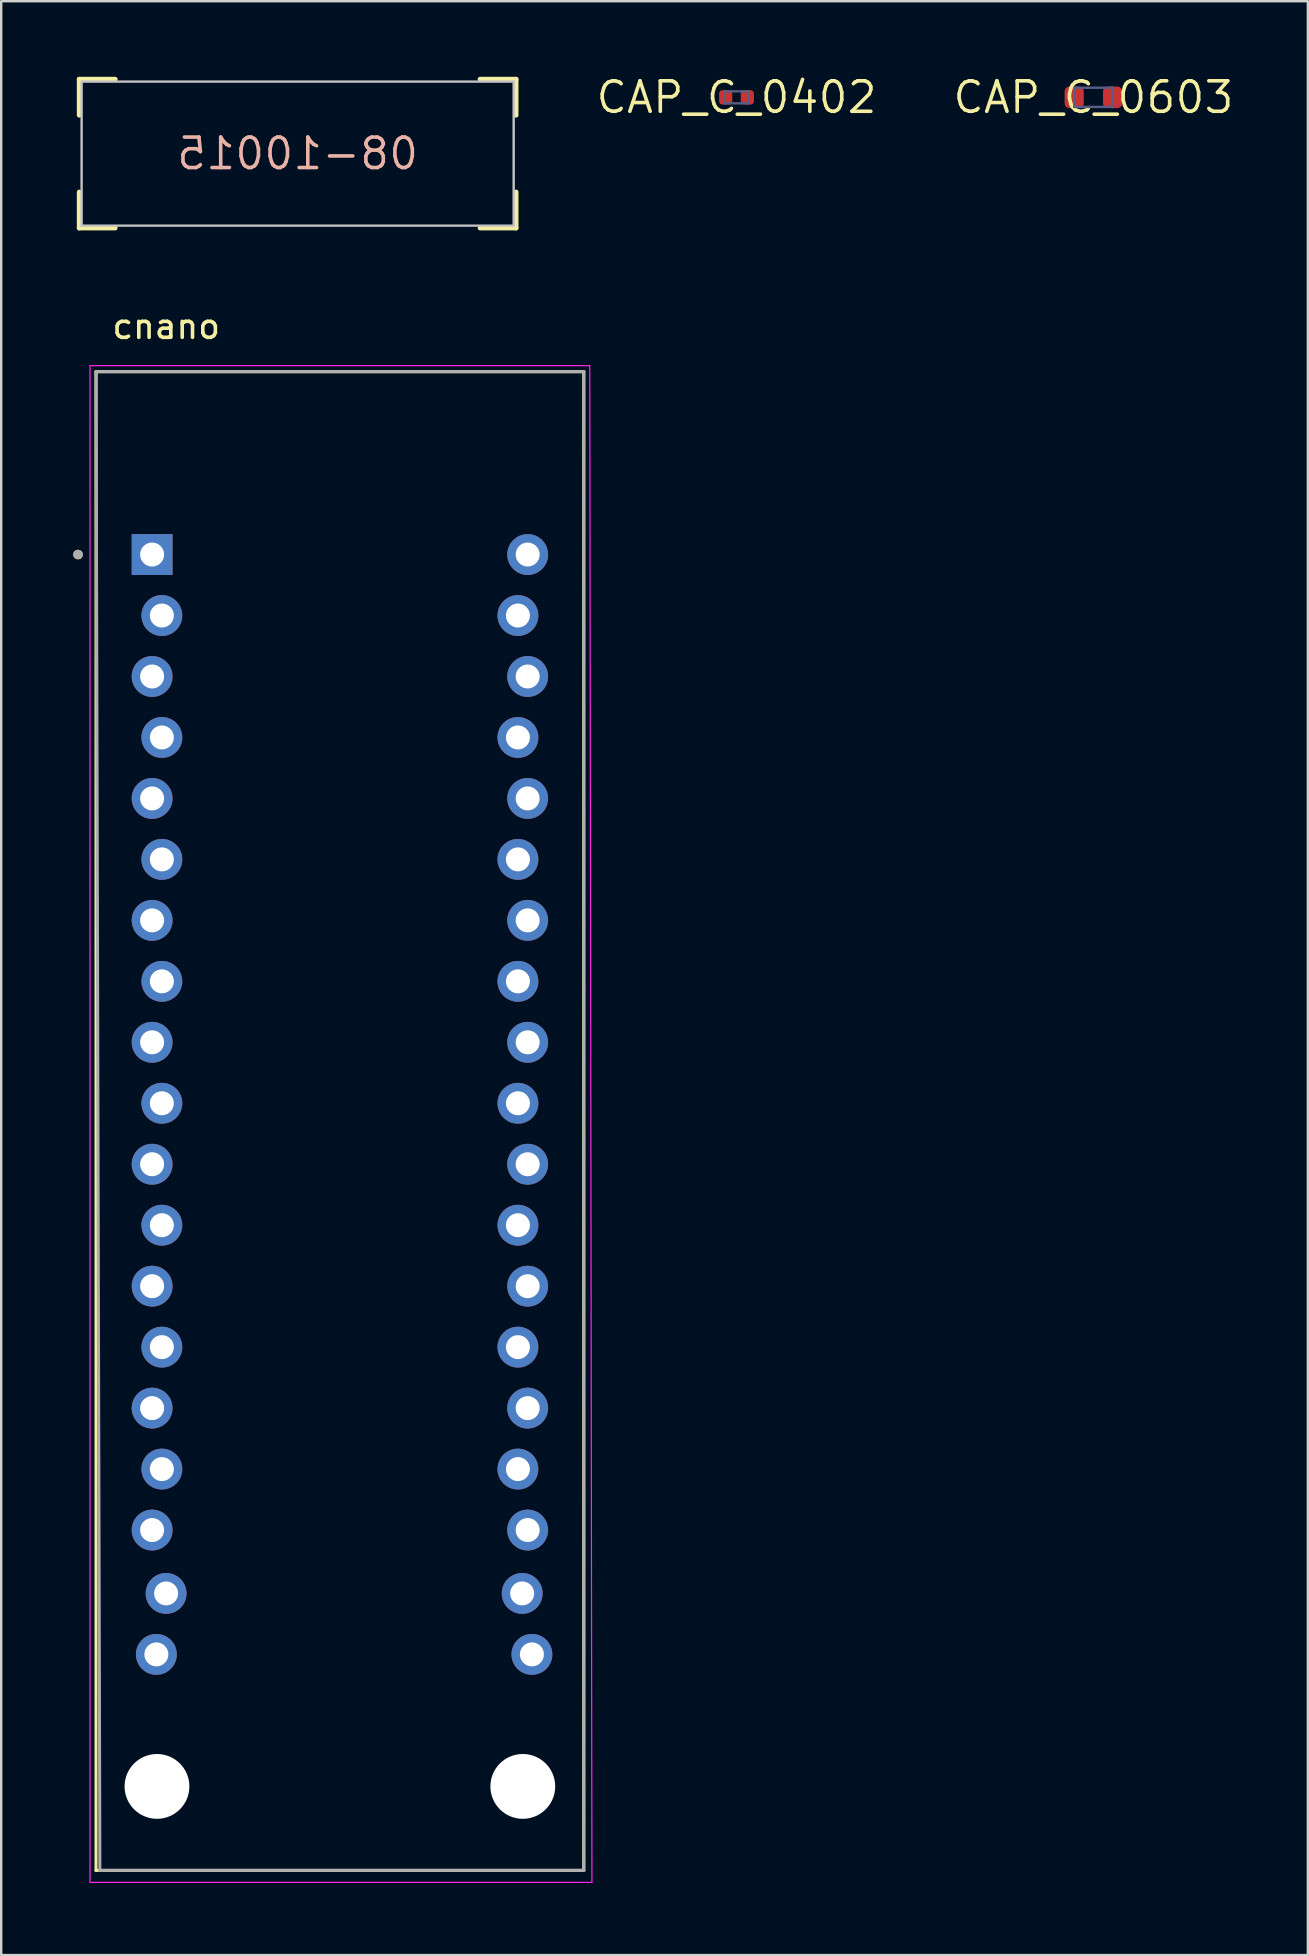
<source format=kicad_pcb>
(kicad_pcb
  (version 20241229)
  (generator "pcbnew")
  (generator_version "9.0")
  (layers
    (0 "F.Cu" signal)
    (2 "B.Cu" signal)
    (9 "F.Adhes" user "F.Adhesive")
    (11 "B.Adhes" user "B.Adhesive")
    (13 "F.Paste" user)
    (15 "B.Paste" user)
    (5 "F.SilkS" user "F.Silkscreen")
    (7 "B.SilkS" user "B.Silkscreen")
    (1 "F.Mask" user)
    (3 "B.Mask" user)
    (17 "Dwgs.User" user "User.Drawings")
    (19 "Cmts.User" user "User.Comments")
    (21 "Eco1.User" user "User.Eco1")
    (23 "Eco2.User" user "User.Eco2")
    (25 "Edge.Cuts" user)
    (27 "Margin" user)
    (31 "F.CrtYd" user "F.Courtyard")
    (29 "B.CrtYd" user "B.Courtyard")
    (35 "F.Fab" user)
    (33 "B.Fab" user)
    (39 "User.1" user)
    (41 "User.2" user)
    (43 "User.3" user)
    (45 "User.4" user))
  (footprint "cnano"
    (layer "F.Cu")
    (at 11.11 40.373)
    (property "Reference" "cnano" (at -7.235 -29.825 0) (layer "F.SilkS") (effects (font (size 1 1) (thickness 0.15))))
    (attr through_hole)
    (fp_line (start -10.16 -27.94) (end 10.16 -27.94) (stroke (width 0.127) (type solid)) (layer "F.SilkS"))
    (fp_line (start -10.16 34.5) (end -10.16 -27.94) (stroke (width 0.127) (type solid)) (layer "F.SilkS"))
    (fp_line (start 10.16 -27.94) (end 10.16 34.5) (stroke (width 0.127) (type solid)) (layer "F.SilkS"))
    (fp_line (start 10.16 34.5) (end -10.16 34.5) (stroke (width 0.127) (type solid)) (layer "F.SilkS"))
    (fp_circle (center -10.91 -20.32) (end -10.81 -20.32) (stroke (width 0.2) (type solid)) (fill no) (layer "F.SilkS"))
    (fp_line (start -10.41 -28.19) (end -10.41 35) (stroke (width 0.05) (type solid)) (layer "F.CrtYd"))
    (fp_line (start -10.41 35) (end 10.5 35) (stroke (width 0.05) (type solid)) (layer "F.CrtYd"))
    (fp_line (start 10.41 -28.19) (end -10.41 -28.19) (stroke (width 0.05) (type solid)) (layer "F.CrtYd"))
    (fp_line (start 10.5 35) (end 10.41 -28.19) (stroke (width 0.05) (type solid)) (layer "F.CrtYd"))
    (fp_line (start -10.16 -27.94) (end 10.16 -27.94) (stroke (width 0.127) (type solid)) (layer "F.Fab"))
    (fp_line (start -10 34.5) (end -10.16 -27.94) (stroke (width 0.127) (type solid)) (layer "F.Fab"))
    (fp_line (start 10.16 -27.94) (end 10.16 34.5) (stroke (width 0.127) (type solid)) (layer "F.Fab"))
    (fp_line (start 10.16 34.5) (end -10 34.5) (stroke (width 0.127) (type solid)) (layer "F.Fab"))
    (fp_circle (center -10.91 -20.32) (end -10.81 -20.32) (stroke (width 0.2) (type solid)) (fill no) (layer "F.Fab"))
    (pad "" np_thru_hole circle (at -7.62 31) (size 2.7 2.7) (drill 2.7) (layers "*.Cu" "*.Mask"))
    (pad "" np_thru_hole circle (at 7.62 31) (size 2.7 2.7) (drill 2.7) (layers "*.Cu" "*.Mask"))
    (pad "1" thru_hole rect (at -7.823 -20.32) (size 1.702 1.702) (drill 1) (layers "*.Cu" "*.Mask"))
    (pad "2" thru_hole circle (at -7.417 -17.78) (size 1.702 1.702) (drill 1) (layers "*.Cu" "*.Mask"))
    (pad "3" thru_hole circle (at -7.823 -15.24) (size 1.702 1.702) (drill 1) (layers "*.Cu" "*.Mask"))
    (pad "4" thru_hole circle (at -7.417 -12.7) (size 1.702 1.702) (drill 1) (layers "*.Cu" "*.Mask"))
    (pad "5" thru_hole circle (at -7.823 -10.16) (size 1.702 1.702) (drill 1) (layers "*.Cu" "*.Mask"))
    (pad "6" thru_hole circle (at -7.417 -7.62) (size 1.702 1.702) (drill 1) (layers "*.Cu" "*.Mask"))
    (pad "7" thru_hole circle (at -7.823 -5.08) (size 1.702 1.702) (drill 1) (layers "*.Cu" "*.Mask"))
    (pad "8" thru_hole circle (at -7.417 -2.54) (size 1.702 1.702) (drill 1) (layers "*.Cu" "*.Mask"))
    (pad "9" thru_hole circle (at -7.823 0) (size 1.702 1.702) (drill 1) (layers "*.Cu" "*.Mask"))
    (pad "10" thru_hole circle (at -7.417 2.54) (size 1.702 1.702) (drill 1) (layers "*.Cu" "*.Mask"))
    (pad "11" thru_hole circle (at -7.823 5.08) (size 1.702 1.702) (drill 1) (layers "*.Cu" "*.Mask"))
    (pad "12" thru_hole circle (at -7.417 7.62) (size 1.702 1.702) (drill 1) (layers "*.Cu" "*.Mask"))
    (pad "13" thru_hole circle (at -7.823 10.16) (size 1.702 1.702) (drill 1) (layers "*.Cu" "*.Mask"))
    (pad "14" thru_hole circle (at -7.417 12.7) (size 1.702 1.702) (drill 1) (layers "*.Cu" "*.Mask"))
    (pad "15" thru_hole circle (at -7.823 15.24) (size 1.702 1.702) (drill 1) (layers "*.Cu" "*.Mask"))
    (pad "16" thru_hole circle (at -7.417 17.78) (size 1.702 1.702) (drill 1) (layers "*.Cu" "*.Mask"))
    (pad "17" thru_hole circle (at -7.823 20.32) (size 1.702 1.702) (drill 1) (layers "*.Cu" "*.Mask"))
    (pad "18" thru_hole circle (at -7.24 22.96) (size 1.702 1.702) (drill 1) (layers "*.Cu" "*.Mask"))
    (pad "19" thru_hole circle (at -7.646 25.5) (size 1.702 1.702) (drill 1) (layers "*.Cu" "*.Mask"))
    (pad "20" thru_hole circle (at 8 25.5) (size 1.702 1.702) (drill 1) (layers "*.Cu" "*.Mask"))
    (pad "21" thru_hole circle (at 7.594 22.96) (size 1.702 1.702) (drill 1) (layers "*.Cu" "*.Mask"))
    (pad "22" thru_hole circle (at 7.823 20.32) (size 1.702 1.702) (drill 1) (layers "*.Cu" "*.Mask"))
    (pad "23" thru_hole circle (at 7.417 17.78) (size 1.702 1.702) (drill 1) (layers "*.Cu" "*.Mask"))
    (pad "24" thru_hole circle (at 7.823 15.24) (size 1.702 1.702) (drill 1) (layers "*.Cu" "*.Mask"))
    (pad "25" thru_hole circle (at 7.417 12.7) (size 1.702 1.702) (drill 1) (layers "*.Cu" "*.Mask"))
    (pad "26" thru_hole circle (at 7.823 10.16) (size 1.702 1.702) (drill 1) (layers "*.Cu" "*.Mask"))
    (pad "27" thru_hole circle (at 7.417 7.62) (size 1.702 1.702) (drill 1) (layers "*.Cu" "*.Mask"))
    (pad "28" thru_hole circle (at 7.823 5.08) (size 1.702 1.702) (drill 1) (layers "*.Cu" "*.Mask"))
    (pad "29" thru_hole circle (at 7.417 2.54) (size 1.702 1.702) (drill 1) (layers "*.Cu" "*.Mask"))
    (pad "30" thru_hole circle (at 7.823 0) (size 1.702 1.702) (drill 1) (layers "*.Cu" "*.Mask"))
    (pad "31" thru_hole circle (at 7.417 -2.54) (size 1.702 1.702) (drill 1) (layers "*.Cu" "*.Mask"))
    (pad "32" thru_hole circle (at 7.823 -5.08) (size 1.702 1.702) (drill 1) (layers "*.Cu" "*.Mask"))
    (pad "33" thru_hole circle (at 7.417 -7.62) (size 1.702 1.702) (drill 1) (layers "*.Cu" "*.Mask"))
    (pad "34" thru_hole circle (at 7.823 -10.16) (size 1.702 1.702) (drill 1) (layers "*.Cu" "*.Mask"))
    (pad "35" thru_hole circle (at 7.417 -12.7) (size 1.702 1.702) (drill 1) (layers "*.Cu" "*.Mask"))
    (pad "36" thru_hole circle (at 7.823 -15.24) (size 1.702 1.702) (drill 1) (layers "*.Cu" "*.Mask"))
    (pad "37" thru_hole circle (at 7.417 -17.78) (size 1.702 1.702) (drill 1) (layers "*.Cu" "*.Mask"))
    (pad "38" thru_hole circle (at 7.823 -20.32) (size 1.702 1.702) (drill 1) (layers "*.Cu" "*.Mask")))
  (footprint "08-10015"
    (layer "F.Cu")
    (at 9.35 3.35)
    (property "Reference" "08-10015" (at 0 0 0) (layer "B.SilkS") (effects (font (size 1.27 1.27) (thickness 0.15)) (justify mirror)))
    (fp_line (start -9.1 -3.1) (end -9.1 -1.6) (stroke (width 0.2) (type solid)) (layer "F.SilkS"))
    (fp_line (start -9.1 -3.1) (end -7.6 -3.1) (stroke (width 0.2) (type solid)) (layer "F.SilkS"))
    (fp_line (start -9.1 1.6) (end -9.1 3.1) (stroke (width 0.2) (type solid)) (layer "F.SilkS"))
    (fp_line (start -9.1 3.1) (end -7.6 3.1) (stroke (width 0.2) (type solid)) (layer "F.SilkS"))
    (fp_line (start 7.6 -3.1) (end 9.1 -3.1) (stroke (width 0.2) (type solid)) (layer "F.SilkS"))
    (fp_line (start 7.6 3.1) (end 9.1 3.1) (stroke (width 0.2) (type solid)) (layer "F.SilkS"))
    (fp_line (start 9.1 -3.1) (end 9.1 -1.6) (stroke (width 0.2) (type solid)) (layer "F.SilkS"))
    (fp_line (start 9.1 1.6) (end 9.1 3.1) (stroke (width 0.2) (type solid)) (layer "F.SilkS"))
    (fp_line (start -9 -3) (end 9 -3) (stroke (width 0.1) (type solid)) (layer "Dwgs.User"))
    (fp_line (start -9 -2.969) (end -9 3) (stroke (width 0.1) (type solid)) (layer "Dwgs.User"))
    (fp_line (start -9 3) (end 9 3) (stroke (width 0.1) (type solid)) (layer "Dwgs.User"))
    (fp_line (start 9 -3) (end 9 3) (stroke (width 0.1) (type solid)) (layer "Dwgs.User"))
    (fp_line (start -9.3 -3.3) (end -9.3 3.3) (stroke (width 0.1) (type solid)) (layer "Eco1.User"))
    (fp_line (start -9.3 -3.3) (end 9.3 -3.3) (stroke (width 0.1) (type solid)) (layer "Eco1.User"))
    (fp_line (start -9.3 3.3) (end 9.3 3.3) (stroke (width 0.1) (type solid)) (layer "Eco1.User"))
    (fp_line (start -0.5 0) (end 0.5 0) (stroke (width 0.1) (type solid)) (layer "Eco1.User"))
    (fp_line (start 0 -0.5) (end 0 0.5) (stroke (width 0.1) (type solid)) (layer "Eco1.User"))
    (fp_line (start 9.3 -3.3) (end 9.3 3.3) (stroke (width 0.1) (type solid)) (layer "Eco1.User"))
    (fp_text_box "" (start -2.6 0.7) (end -2.6 0.7) (margins 0.406 0.406 0.406 0.406) (layer "B.Cu") (effects (font (size 0.475 0.4) (thickness 0.075)) (justify left bottom)) (border yes) (stroke (width 0.1) (type default))))
  (footprint "CAP_C_0603"
    (layer "F.Cu")
    (at 42.502 1.006)
    (property "Reference" "CAP_C_0603" (at 0 0 0) (layer "F.SilkS") (effects (font (size 1.27 1.27) (thickness 0.15))))
    (fp_line (start -1.4 0.65) (end -1.4 -0.65) (stroke (width 0.1) (type solid)) (layer "Eco1.User"))
    (fp_line (start 0 0) (end -0.275 0) (stroke (width 0.1) (type solid)) (layer "Eco1.User"))
    (fp_line (start 0 0) (end 0 -0.325) (stroke (width 0.1) (type solid)) (layer "Eco1.User"))
    (fp_line (start 0 0.3) (end 0 0) (stroke (width 0.1) (type solid)) (layer "Eco1.User"))
    (fp_line (start 0.275 0) (end 0 0) (stroke (width 0.1) (type solid)) (layer "Eco1.User"))
    (fp_line (start 1.4 -0.65) (end -1.4 -0.65) (stroke (width 0.1) (type solid)) (layer "Eco1.User"))
    (fp_line (start 1.4 0.65) (end -1.4 0.65) (stroke (width 0.1) (type solid)) (layer "Eco1.User"))
    (fp_line (start 1.4 0.65) (end 1.4 -0.65) (stroke (width 0.1) (type solid)) (layer "Eco1.User"))
    (fp_line (start -0.8 0.4) (end -0.8 -0.4) (stroke (width 0.1) (type solid)) (layer "Eco2.User"))
    (fp_line (start 0.8 -0.4) (end -0.8 -0.4) (stroke (width 0.1) (type solid)) (layer "Eco2.User"))
    (fp_line (start 0.8 0.4) (end -0.8 0.4) (stroke (width 0.1) (type solid)) (layer "Eco2.User"))
    (fp_line (start 0.8 0.4) (end 0.8 -0.4) (stroke (width 0.1) (type solid)) (layer "Eco2.User"))
    (fp_line (start -0.8 0.4) (end -0.8 -0.4) (stroke (width 0.1) (type solid)) (layer "B.Fab"))
    (fp_line (start 0.8 -0.4) (end -0.8 -0.4) (stroke (width 0.1) (type solid)) (layer "B.Fab"))
    (fp_line (start 0.8 0.4) (end -0.8 0.4) (stroke (width 0.1) (type solid)) (layer "B.Fab"))
    (fp_line (start 0.8 0.4) (end 0.8 -0.4) (stroke (width 0.1) (type solid)) (layer "B.Fab"))
    (fp_text_box "" (start -0.564 0.175) (end -0.564 0.175) (margins 0.312 0.312 0.312 0.312) (layer "F.Cu") (effects (font (size 0.35 0.3) (thickness 0.05)) (justify left bottom)) (border yes) (stroke (width 0.1) (type default)))
    (pad "1" smd roundrect (at -0.8 0 90) (size 0.9 0.8) (layers "F.Cu" "F.Mask" "F.Paste") (roundrect_rratio 0.25))
    (pad "2" smd roundrect (at 0.8 0 90) (size 0.9 0.8) (layers "F.Cu" "F.Mask" "F.Paste") (roundrect_rratio 0.25)))
  (footprint "CAP_C_0402"
    (layer "F.Cu")
    (at 27.634 1.006)
    (property "Reference" "CAP_C_0402" (at 0 0 0) (layer "F.SilkS") (effects (font (size 1.27 1.27) (thickness 0.15))))
    (fp_line (start -0.95 -0.5) (end -0.95 0.5) (stroke (width 0.1) (type solid)) (layer "Eco1.User"))
    (fp_line (start -0.95 -0.5) (end 0.95 -0.5) (stroke (width 0.1) (type solid)) (layer "Eco1.User"))
    (fp_line (start -0.95 0.5) (end 0.95 0.5) (stroke (width 0.1) (type solid)) (layer "Eco1.User"))
    (fp_line (start -0.2 -0.21) (end -0.2 0.18) (stroke (width 0.1) (type solid)) (layer "Eco1.User"))
    (fp_line (start -0.2 0.18) (end -0.11 0.29) (stroke (width 0.1) (type solid)) (layer "Eco1.User"))
    (fp_line (start -0.11 0.29) (end 0.1 0.29) (stroke (width 0.1) (type solid)) (layer "Eco1.User"))
    (fp_line (start -0.1 -0.31) (end -0.2 -0.21) (stroke (width 0.1) (type solid)) (layer "Eco1.User"))
    (fp_line (start -0.1 -0.31) (end 0.1 -0.31) (stroke (width 0.1) (type solid)) (layer "Eco1.User"))
    (fp_line (start 0.1 -0.31) (end 0.2 -0.21) (stroke (width 0.1) (type solid)) (layer "Eco1.User"))
    (fp_line (start 0.2 0.19) (end 0.1 0.29) (stroke (width 0.1) (type solid)) (layer "Eco1.User"))
    (fp_line (start 0.95 -0.5) (end 0.95 0.5) (stroke (width 0.1) (type solid)) (layer "Eco1.User"))
    (fp_line (start -0.5 -0.25) (end -0.5 0.25) (stroke (width 0.1) (type solid)) (layer "Eco2.User"))
    (fp_line (start -0.5 -0.25) (end 0.5 -0.25) (stroke (width 0.1) (type solid)) (layer "Eco2.User"))
    (fp_line (start -0.5 0.25) (end 0.5 0.25) (stroke (width 0.1) (type solid)) (layer "Eco2.User"))
    (fp_line (start 0.5 -0.25) (end 0.5 0.25) (stroke (width 0.1) (type solid)) (layer "Eco2.User"))
    (fp_line (start -0.5 -0.25) (end -0.5 0.25) (stroke (width 0.1) (type solid)) (layer "B.Fab"))
    (fp_line (start -0.5 -0.25) (end 0.5 -0.25) (stroke (width 0.1) (type solid)) (layer "B.Fab"))
    (fp_line (start -0.5 0.25) (end 0.5 0.25) (stroke (width 0.1) (type solid)) (layer "B.Fab"))
    (fp_line (start 0.5 -0.25) (end 0.5 0.25) (stroke (width 0.1) (type solid)) (layer "B.Fab"))
    (fp_text_box "" (start -0.5 -0.388) (end -0.5 -0.388) (margins 0.312 0.312 0.312 0.312) (layer "F.Cu") (effects (font (size 0.35 0.3) (thickness 0.05)) (justify left bottom)) (border yes) (stroke (width 0.1) (type default)))
    (pad "1" smd roundrect (at -0.45 0) (size 0.55 0.6) (layers "F.Cu" "F.Mask" "F.Paste") (roundrect_rratio 0.25))
    (pad "2" smd roundrect (at 0.45 0) (size 0.55 0.6) (layers "F.Cu" "F.Mask" "F.Paste") (roundrect_rratio 0.25)))
  (gr_rect
    (start -3 -3)
    (end 51.436 78.398)
    (stroke (width 0.1) (type default))
    (fill no)
    (layer "Edge.Cuts")))
</source>
